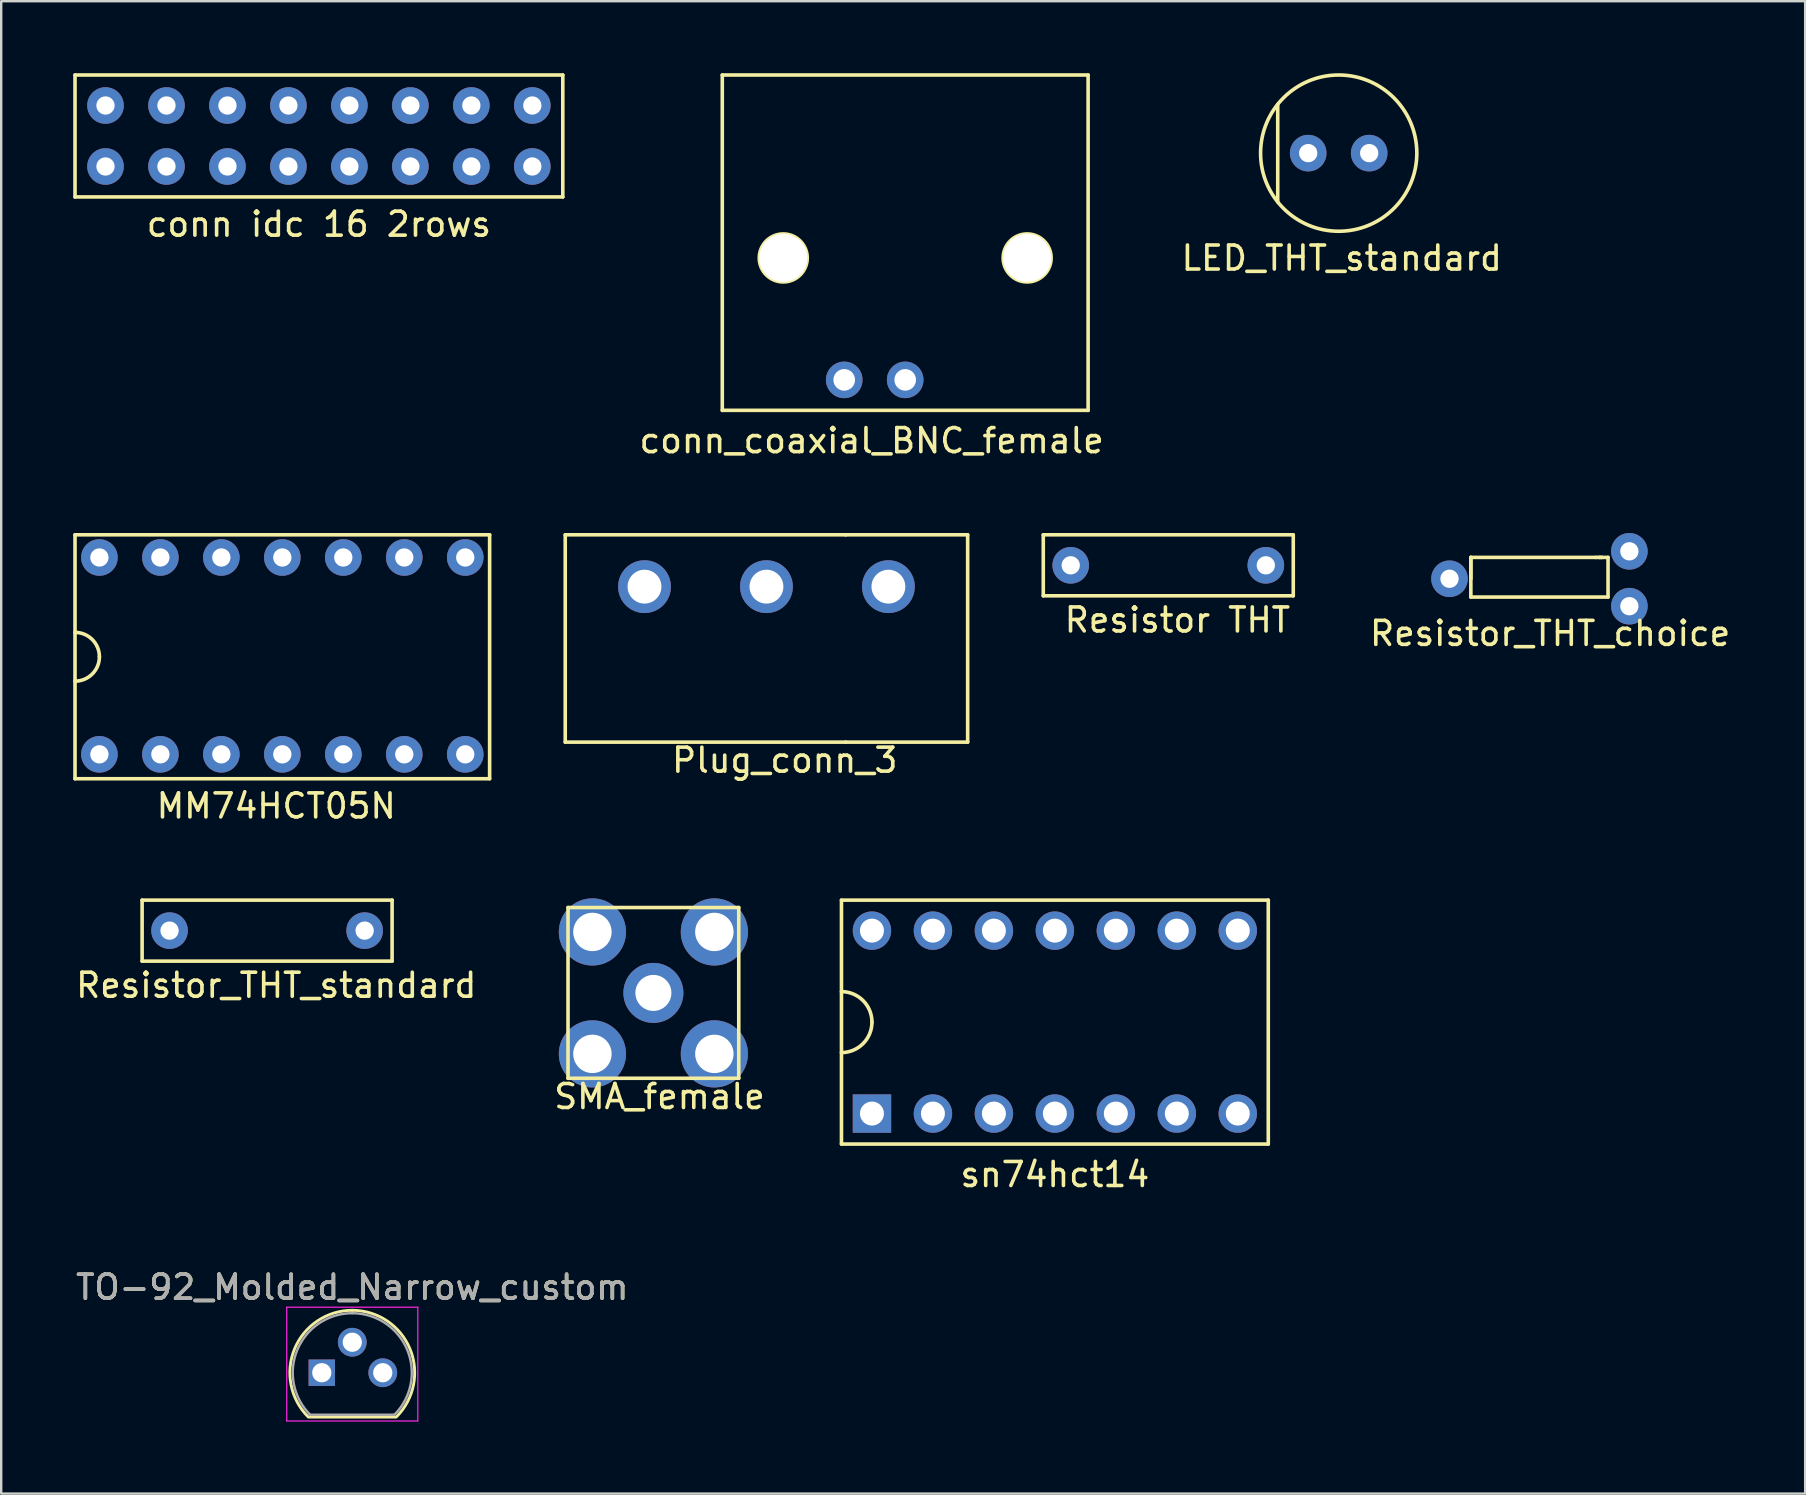
<source format=kicad_pcb>
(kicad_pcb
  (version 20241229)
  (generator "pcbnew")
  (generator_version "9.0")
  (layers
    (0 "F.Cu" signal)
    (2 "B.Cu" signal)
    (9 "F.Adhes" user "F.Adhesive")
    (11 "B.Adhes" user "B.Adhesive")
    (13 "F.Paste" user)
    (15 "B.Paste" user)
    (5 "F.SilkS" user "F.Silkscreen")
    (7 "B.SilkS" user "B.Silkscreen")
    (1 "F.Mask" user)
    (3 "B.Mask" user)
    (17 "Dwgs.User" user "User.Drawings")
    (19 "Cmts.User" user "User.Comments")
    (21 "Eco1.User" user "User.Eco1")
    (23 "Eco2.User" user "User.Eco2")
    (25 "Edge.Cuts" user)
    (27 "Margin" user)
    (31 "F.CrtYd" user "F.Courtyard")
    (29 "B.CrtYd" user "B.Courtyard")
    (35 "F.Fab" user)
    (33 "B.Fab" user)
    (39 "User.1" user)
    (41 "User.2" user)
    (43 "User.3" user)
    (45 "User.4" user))
  (footprint "conn_coaxial_BNC_female"
    (layer "F.Cu")
    (at 32.119 12.775)
    (property "Reference" "conn_coaxial_BNC_female" (at 1.143 2.532 0) (layer "F.SilkS") (effects (font (size 1 1) (thickness 0.15))))
    (attr through_hole)
    (fp_line (start -5.08 -12.7) (end -5.08 1.27) (stroke (width 0.15) (type solid)) (layer "F.SilkS"))
    (fp_line (start -5.08 -12.7) (end 10.16 -12.7) (stroke (width 0.15) (type solid)) (layer "F.SilkS"))
    (fp_line (start -5.08 1.27) (end 10.16 1.27) (stroke (width 0.15) (type solid)) (layer "F.SilkS"))
    (fp_line (start 10.16 1.27) (end 10.16 -12.7) (stroke (width 0.15) (type solid)) (layer "F.SilkS"))
    (fp_circle (center -2.54 -5.08) (end -2.54 -6.08) (stroke (width 0.15) (type solid)) (fill no) (layer "F.SilkS"))
    (fp_circle (center 7.62 -5.08) (end 6.62 -5.08) (stroke (width 0.15) (type solid)) (fill no) (layer "F.SilkS"))
    (pad "1" thru_hole circle (at 0 0) (size 1.524 1.524) (drill 0.9) (layers "*.Cu" "*.Mask"))
    (pad "2" thru_hole circle (at 2.54 0) (size 1.524 1.524) (drill 0.9) (layers "*.Cu" "*.Mask"))
    (pad "3" thru_hole circle (at 7.62 -5.08) (size 2 2) (drill 2) (layers "*.Cu" "*.Mask"))
    (pad "4" thru_hole circle (at -2.54 -5.08) (size 2 2) (drill 2) (layers "*.Cu" "*.Mask")))
  (footprint "Resistor THT"
    (layer "F.Cu")
    (at 45.618 20.5)
    (property "Reference" "Resistor THT" (at 0.381 2.278 0) (layer "F.SilkS") (effects (font (size 1 1) (thickness 0.15))))
    (attr through_hole)
    (fp_line (start -5.207 -1.27) (end 5.207 -1.27) (stroke (width 0.15) (type solid)) (layer "F.SilkS"))
    (fp_line (start -5.207 1.27) (end -5.207 -1.27) (stroke (width 0.15) (type solid)) (layer "F.SilkS"))
    (fp_line (start 5.207 -1.27) (end 5.207 1.27) (stroke (width 0.15) (type solid)) (layer "F.SilkS"))
    (fp_line (start 5.207 1.27) (end -5.207 1.27) (stroke (width 0.15) (type solid)) (layer "F.SilkS"))
    (pad "1" thru_hole circle (at -4.064 0) (size 1.524 1.524) (drill 0.762) (layers "*.Cu" "*.Mask"))
    (pad "2" thru_hole circle (at 4.064 0) (size 1.524 1.524) (drill 0.762) (layers "*.Cu" "*.Mask")))
  (footprint "Plug_conn_3"
    (layer "F.Cu")
    (at 28.879 23.548)
    (property "Reference" "Plug_conn_3" (at 0.762 5.072 0) (layer "F.SilkS") (effects (font (size 1 1) (thickness 0.15))))
    (attr through_hole)
    (fp_line (start -8.382 -4.318) (end -8.382 4.318) (stroke (width 0.15) (type solid)) (layer "F.SilkS"))
    (fp_line (start -8.382 4.318) (end 3.302 4.318) (stroke (width 0.15) (type solid)) (layer "F.SilkS"))
    (fp_line (start 3.302 -4.318) (end -8.382 -4.318) (stroke (width 0.15) (type solid)) (layer "F.SilkS"))
    (fp_line (start 3.302 -4.318) (end 8.382 -4.318) (stroke (width 0.15) (type solid)) (layer "F.SilkS"))
    (fp_line (start 8.382 -4.318) (end 8.382 4.318) (stroke (width 0.15) (type solid)) (layer "F.SilkS"))
    (fp_line (start 8.382 4.318) (end 3.302 4.318) (stroke (width 0.15) (type solid)) (layer "F.SilkS"))
    (pad "1" thru_hole circle (at -5.08 -2.159) (size 2.2 2.2) (drill 1.41) (layers "*.Cu" "*.Mask"))
    (pad "2" thru_hole circle (at 0 -2.159) (size 2.2 2.2) (drill 1.41) (layers "*.Cu" "*.Mask"))
    (pad "3" thru_hole circle (at 5.08 -2.159) (size 2.2 2.2) (drill 1.41) (layers "*.Cu" "*.Mask")))
  (footprint "SMA_female"
    (layer "F.Cu")
    (at 24.169 38.313)
    (property "Reference" "SMA_female" (at 0.254 4.318 0) (layer "F.SilkS") (effects (font (size 1 1) (thickness 0.15))))
    (attr through_hole)
    (fp_line (start -3.556 -3.556) (end 3.556 -3.556) (stroke (width 0.15) (type solid)) (layer "F.SilkS"))
    (fp_line (start -3.556 3.556) (end -3.556 -3.556) (stroke (width 0.15) (type solid)) (layer "F.SilkS"))
    (fp_line (start 3.556 -3.556) (end 3.556 3.556) (stroke (width 0.15) (type solid)) (layer "F.SilkS"))
    (fp_line (start 3.556 3.556) (end -3.556 3.556) (stroke (width 0.15) (type solid)) (layer "F.SilkS"))
    (pad "1" thru_hole circle (at 0 0) (size 2.5 2.5) (drill 1.5) (layers "*.Cu" "*.Mask"))
    (pad "2" thru_hole circle (at -2.54 -2.54) (size 2.8 2.8) (drill 1.6) (layers "*.Cu" "*.Mask"))
    (pad "3" thru_hole circle (at 2.54 -2.54) (size 2.8 2.8) (drill 1.6) (layers "*.Cu" "*.Mask"))
    (pad "4" thru_hole circle (at -2.54 2.54) (size 2.8 2.8) (drill 1.6) (layers "*.Cu" "*.Mask"))
    (pad "5" thru_hole circle (at 2.54 2.54) (size 2.8 2.8) (drill 1.6) (layers "*.Cu" "*.Mask")))
  (footprint "MM74HCT05N"
    (layer "F.Cu")
    (at 8.711 24.31)
    (property "Reference" "MM74HCT05N" (at -0.254 6.215 0) (layer "F.SilkS") (effects (font (size 1 1) (thickness 0.15))))
    (attr through_hole)
    (fp_line (start -8.636 -5.08) (end -8.636 5.08) (stroke (width 0.15) (type solid)) (layer "F.SilkS"))
    (fp_line (start -8.636 5.08) (end 8.636 5.08) (stroke (width 0.15) (type solid)) (layer "F.SilkS"))
    (fp_line (start 8.636 -5.08) (end -8.636 -5.08) (stroke (width 0.15) (type solid)) (layer "F.SilkS"))
    (fp_line (start 8.636 5.08) (end 8.636 -5.08) (stroke (width 0.15) (type solid)) (layer "F.SilkS"))
    (fp_arc (start -8.636 -1.016) (mid -7.91758 -0.71842) (end -7.62 0) (stroke (width 0.15) (type solid)) (layer "F.SilkS"))
    (fp_arc (start -7.62 0) (mid -7.91758 0.71842) (end -8.636 1.016) (stroke (width 0.15) (type solid)) (layer "F.SilkS"))
    (pad "1" thru_hole circle (at -7.62 4.064) (size 1.524 1.524) (drill 0.762) (layers "*.Cu" "*.Mask"))
    (pad "2" thru_hole circle (at -5.08 4.064) (size 1.524 1.524) (drill 0.762) (layers "*.Cu" "*.Mask"))
    (pad "3" thru_hole circle (at -2.54 4.064) (size 1.524 1.524) (drill 0.762) (layers "*.Cu" "*.Mask"))
    (pad "4" thru_hole circle (at 0 4.064) (size 1.524 1.524) (drill 0.762) (layers "*.Cu" "*.Mask"))
    (pad "5" thru_hole circle (at 2.54 4.064) (size 1.524 1.524) (drill 0.762) (layers "*.Cu" "*.Mask"))
    (pad "6" thru_hole circle (at 5.08 4.064) (size 1.524 1.524) (drill 0.762) (layers "*.Cu" "*.Mask"))
    (pad "7" thru_hole circle (at 7.62 4.064) (size 1.524 1.524) (drill 0.762) (layers "*.Cu" "*.Mask"))
    (pad "8" thru_hole circle (at 7.62 -4.136) (size 1.524 1.524) (drill 0.762) (layers "*.Cu" "*.Mask"))
    (pad "9" thru_hole circle (at 5.08 -4.136) (size 1.524 1.524) (drill 0.762) (layers "*.Cu" "*.Mask"))
    (pad "10" thru_hole circle (at 2.54 -4.136) (size 1.524 1.524) (drill 0.762) (layers "*.Cu" "*.Mask"))
    (pad "11" thru_hole circle (at 0 -4.136) (size 1.524 1.524) (drill 0.762) (layers "*.Cu" "*.Mask"))
    (pad "12" thru_hole circle (at -2.54 -4.136) (size 1.524 1.524) (drill 0.762) (layers "*.Cu" "*.Mask"))
    (pad "13" thru_hole circle (at -5.08 -4.136) (size 1.524 1.524) (drill 0.762) (layers "*.Cu" "*.Mask"))
    (pad "14" thru_hole circle (at -7.62 -4.136) (size 1.524 1.524) (drill 0.762) (layers "*.Cu" "*.Mask")))
  (footprint "Resistor_THT_choice"
    (layer "F.Cu")
    (at 61.144 21.06)
    (property "Reference" "Resistor_THT_choice" (at 0.381 2.278 0) (layer "F.SilkS") (effects (font (size 1 1) (thickness 0.15))))
    (attr through_hole)
    (fp_line (start -2.921 -0.889) (end -2.921 0.762) (stroke (width 0.15) (type solid)) (layer "F.SilkS"))
    (fp_line (start -2.921 -0.889) (end 2.286 -0.889) (stroke (width 0.15) (type solid)) (layer "F.SilkS"))
    (fp_line (start -2.921 0) (end -2.921 -0.889) (stroke (width 0.15) (type solid)) (layer "F.SilkS"))
    (fp_line (start 2.413 -0.889) (end 2.794 -0.889) (stroke (width 0.15) (type solid)) (layer "F.SilkS"))
    (fp_line (start 2.54 -0.889) (end 2.286 -0.889) (stroke (width 0.15) (type solid)) (layer "F.SilkS"))
    (fp_line (start 2.794 -0.889) (end 2.794 0.762) (stroke (width 0.15) (type solid)) (layer "F.SilkS"))
    (fp_line (start 2.794 0.762) (end -2.921 0.762) (stroke (width 0.15) (type solid)) (layer "F.SilkS"))
    (pad "1" thru_hole circle (at -3.81 0) (size 1.524 1.524) (drill 0.762) (layers "*.Cu" "*.Mask"))
    (pad "2" thru_hole circle (at 3.683 -1.143) (size 1.524 1.524) (drill 0.762) (layers "*.Cu" "*.Mask"))
    (pad "3" thru_hole circle (at 3.683 1.143) (size 1.524 1.524) (drill 0.762) (layers "*.Cu" "*.Mask")))
  (footprint "LED_THT_standard"
    (layer "F.Cu")
    (at 52.718 3.329)
    (property "Reference" "LED_THT_standard" (at 0.127 4.373 0) (layer "F.SilkS") (effects (font (size 1 1) (thickness 0.15))))
    (attr through_hole)
    (fp_line (start -2.54 -2.032) (end -2.54 2.032) (stroke (width 0.15) (type solid)) (layer "F.SilkS"))
    (fp_circle (center 0 0) (end 0.318 -3.239) (stroke (width 0.15) (type solid)) (fill no) (layer "F.SilkS"))
    (pad "1" thru_hole circle (at -1.27 0) (size 1.524 1.524) (drill 0.762) (layers "*.Cu" "*.Mask"))
    (pad "2" thru_hole circle (at 1.27 0) (size 1.524 1.524) (drill 0.762) (layers "*.Cu" "*.Mask")))
  (footprint "TO-92_Molded_Narrow_custom"
    (layer "F.Cu")
    (at 10.355 54.135)
    (property "Reference" "TO-92_Molded_Narrow_custom" (at 1.27 -3.56 0) (layer "F.SilkS") (effects (font (size 1 1) (thickness 0.15))))
    (attr through_hole)
    (fp_line (start -0.53 1.85) (end 3.07 1.85) (stroke (width 0.12) (type solid)) (layer "F.SilkS"))
    (fp_arc (start -0.568478 1.838478) (mid -1.132087 -0.994977) (end 1.27 -2.6) (stroke (width 0.12) (type solid)) (layer "F.SilkS"))
    (fp_arc (start 1.27 -2.6) (mid 3.672087 -0.994977) (end 3.108478 1.838478) (stroke (width 0.12) (type solid)) (layer "F.SilkS"))
    (fp_line (start -1.46 -2.73) (end -1.46 2.01) (stroke (width 0.05) (type solid)) (layer "F.CrtYd"))
    (fp_line (start -1.46 -2.73) (end 4 -2.73) (stroke (width 0.05) (type solid)) (layer "F.CrtYd"))
    (fp_line (start 4 2.01) (end -1.46 2.01) (stroke (width 0.05) (type solid)) (layer "F.CrtYd"))
    (fp_line (start 4 2.01) (end 4 -2.73) (stroke (width 0.05) (type solid)) (layer "F.CrtYd"))
    (fp_line (start -0.5 1.75) (end 3 1.75) (stroke (width 0.1) (type solid)) (layer "F.Fab"))
    (fp_arc (start -0.483625 1.753625) (mid -1.021221 -0.949055) (end 1.27 -2.48) (stroke (width 0.1) (type solid)) (layer "F.Fab"))
    (fp_arc (start 1.27 -2.48) (mid 3.561221 -0.949055) (end 3.023625 1.753625) (stroke (width 0.1) (type solid)) (layer "F.Fab"))
    (fp_text user "${REFERENCE}" (at 1.27 -3.56 0) (layer "F.Fab") (effects (font (size 1 1) (thickness 0.15))))
    (pad "1" thru_hole rect (at 0 0 90) (size 1.1 1.1) (drill 0.8) (layers "*.Cu" "*.Mask"))
    (pad "2" thru_hole circle (at 1.27 -1.27 90) (size 1.2 1.2) (drill 0.8) (layers "*.Cu" "*.Mask"))
    (pad "3" thru_hole circle (at 2.54 0 90) (size 1.2 1.2) (drill 0.8) (layers "*.Cu" "*.Mask")))
  (footprint "sn74hct14"
    (layer "F.Cu")
    (at 40.894 39.529)
    (property "Reference" "sn74hct14" (at 0 6.35 0) (layer "F.SilkS") (effects (font (size 1 1) (thickness 0.15))))
    (attr through_hole)
    (fp_line (start -8.89 -5.08) (end -8.89 5.08) (stroke (width 0.15) (type solid)) (layer "F.SilkS"))
    (fp_line (start -8.89 5.08) (end 8.89 5.08) (stroke (width 0.15) (type solid)) (layer "F.SilkS"))
    (fp_line (start 8.89 -5.08) (end -8.89 -5.08) (stroke (width 0.15) (type solid)) (layer "F.SilkS"))
    (fp_line (start 8.89 5.08) (end 8.89 -5.08) (stroke (width 0.15) (type solid)) (layer "F.SilkS"))
    (fp_arc (start -8.89 -1.27) (mid -7.991974 -0.898026) (end -7.62 0) (stroke (width 0.15) (type solid)) (layer "F.SilkS"))
    (fp_arc (start -7.62 0) (mid -7.991974 0.898026) (end -8.89 1.27) (stroke (width 0.15) (type solid)) (layer "F.SilkS"))
    (pad "1" thru_hole rect (at -7.62 3.81) (size 1.6 1.6) (drill 1) (layers "*.Cu" "*.Mask"))
    (pad "2" thru_hole circle (at -5.08 3.81) (size 1.6 1.6) (drill 1) (layers "*.Cu" "*.Mask"))
    (pad "3" thru_hole circle (at -2.54 3.81) (size 1.6 1.6) (drill 1) (layers "*.Cu" "*.Mask"))
    (pad "4" thru_hole circle (at 0 3.81) (size 1.6 1.6) (drill 1) (layers "*.Cu" "*.Mask"))
    (pad "5" thru_hole circle (at 2.54 3.81) (size 1.6 1.6) (drill 1) (layers "*.Cu" "*.Mask"))
    (pad "6" thru_hole circle (at 5.08 3.81) (size 1.6 1.6) (drill 1) (layers "*.Cu" "*.Mask"))
    (pad "7" thru_hole circle (at 7.62 3.81) (size 1.6 1.6) (drill 1) (layers "*.Cu" "*.Mask"))
    (pad "8" thru_hole circle (at 7.62 -3.81) (size 1.6 1.6) (drill 1) (layers "*.Cu" "*.Mask"))
    (pad "9" thru_hole circle (at 5.08 -3.81) (size 1.6 1.6) (drill 1) (layers "*.Cu" "*.Mask"))
    (pad "10" thru_hole circle (at 2.54 -3.81) (size 1.6 1.6) (drill 1) (layers "*.Cu" "*.Mask"))
    (pad "11" thru_hole circle (at 0 -3.81) (size 1.6 1.6) (drill 1) (layers "*.Cu" "*.Mask"))
    (pad "12" thru_hole circle (at -2.54 -3.81) (size 1.6 1.6) (drill 1) (layers "*.Cu" "*.Mask"))
    (pad "13" thru_hole circle (at -5.08 -3.81) (size 1.6 1.6) (drill 1) (layers "*.Cu" "*.Mask"))
    (pad "14" thru_hole circle (at -7.62 -3.81) (size 1.6 1.6) (drill 1) (layers "*.Cu" "*.Mask")))
  (footprint "Resistor_THT_standard"
    (layer "F.Cu")
    (at 8.077 35.718)
    (property "Reference" "Resistor_THT_standard" (at 0.381 2.278 0) (layer "F.SilkS") (effects (font (size 1 1) (thickness 0.15))))
    (attr through_hole)
    (fp_line (start -5.207 -1.27) (end 5.207 -1.27) (stroke (width 0.15) (type solid)) (layer "F.SilkS"))
    (fp_line (start -5.207 1.27) (end -5.207 -1.27) (stroke (width 0.15) (type solid)) (layer "F.SilkS"))
    (fp_line (start 5.207 -1.27) (end 5.207 1.27) (stroke (width 0.15) (type solid)) (layer "F.SilkS"))
    (fp_line (start 5.207 1.27) (end -5.207 1.27) (stroke (width 0.15) (type solid)) (layer "F.SilkS"))
    (pad "1" thru_hole circle (at -4.064 0) (size 1.524 1.524) (drill 0.762) (layers "*.Cu" "*.Mask"))
    (pad "2" thru_hole circle (at 4.064 0) (size 1.524 1.524) (drill 0.762) (layers "*.Cu" "*.Mask")))
  (footprint "conn idc 16 2rows"
    (layer "F.Cu")
    (at 10.235 2.615)
    (property "Reference" "conn idc 16 2rows" (at 0 3.675 0) (layer "F.SilkS") (effects (font (size 1 1) (thickness 0.15))))
    (attr through_hole)
    (fp_line (start -10.16 -2.54) (end 10.16 -2.54) (stroke (width 0.15) (type solid)) (layer "F.SilkS"))
    (fp_line (start -10.16 2.54) (end -10.16 -2.54) (stroke (width 0.15) (type solid)) (layer "F.SilkS"))
    (fp_line (start 10.16 -2.54) (end 10.16 2.54) (stroke (width 0.15) (type solid)) (layer "F.SilkS"))
    (fp_line (start 10.16 2.54) (end -10.16 2.54) (stroke (width 0.15) (type solid)) (layer "F.SilkS"))
    (pad "1" thru_hole circle (at -8.89 -1.27) (size 1.524 1.524) (drill 0.762) (layers "*.Cu" "*.Mask"))
    (pad "2" thru_hole circle (at -6.35 -1.27) (size 1.524 1.524) (drill 0.762) (layers "*.Cu" "*.Mask"))
    (pad "3" thru_hole circle (at -3.81 -1.27) (size 1.524 1.524) (drill 0.762) (layers "*.Cu" "*.Mask"))
    (pad "4" thru_hole circle (at -1.27 -1.27) (size 1.524 1.524) (drill 0.762) (layers "*.Cu" "*.Mask"))
    (pad "5" thru_hole circle (at 1.27 -1.27) (size 1.524 1.524) (drill 0.762) (layers "*.Cu" "*.Mask"))
    (pad "6" thru_hole circle (at 3.81 -1.27) (size 1.524 1.524) (drill 0.762) (layers "*.Cu" "*.Mask"))
    (pad "7" thru_hole circle (at 6.35 -1.27) (size 1.524 1.524) (drill 0.762) (layers "*.Cu" "*.Mask"))
    (pad "8" thru_hole circle (at 8.89 -1.27) (size 1.524 1.524) (drill 0.762) (layers "*.Cu" "*.Mask"))
    (pad "9" thru_hole circle (at -8.89 1.27) (size 1.524 1.524) (drill 0.762) (layers "*.Cu" "*.Mask"))
    (pad "10" thru_hole circle (at -6.35 1.27) (size 1.524 1.524) (drill 0.762) (layers "*.Cu" "*.Mask"))
    (pad "11" thru_hole circle (at -3.81 1.27) (size 1.524 1.524) (drill 0.762) (layers "*.Cu" "*.Mask"))
    (pad "12" thru_hole circle (at -1.27 1.27) (size 1.524 1.524) (drill 0.762) (layers "*.Cu" "*.Mask"))
    (pad "13" thru_hole circle (at 1.27 1.27) (size 1.524 1.524) (drill 0.762) (layers "*.Cu" "*.Mask"))
    (pad "14" thru_hole circle (at 3.81 1.27) (size 1.524 1.524) (drill 0.762) (layers "*.Cu" "*.Mask"))
    (pad "15" thru_hole circle (at 6.35 1.27) (size 1.524 1.524) (drill 0.762) (layers "*.Cu" "*.Mask"))
    (pad "16" thru_hole circle (at 8.89 1.27) (size 1.524 1.524) (drill 0.762) (layers "*.Cu" "*.Mask")))
  (gr_rect
    (start -3 -3)
    (end 72.15 59.17)
    (stroke (width 0.1) (type default))
    (fill no)
    (layer "Edge.Cuts")))
</source>
